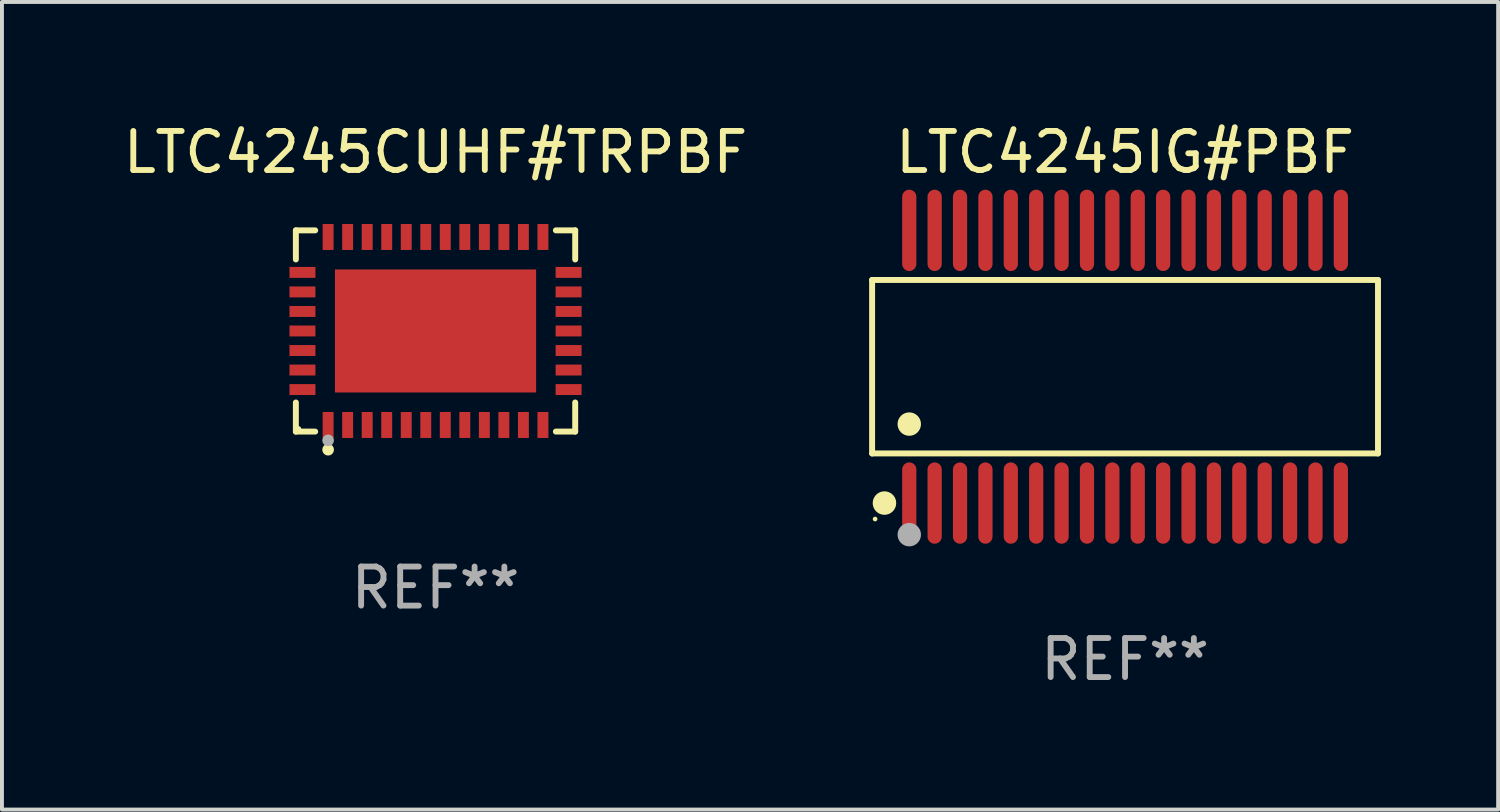
<source format=kicad_pcb>
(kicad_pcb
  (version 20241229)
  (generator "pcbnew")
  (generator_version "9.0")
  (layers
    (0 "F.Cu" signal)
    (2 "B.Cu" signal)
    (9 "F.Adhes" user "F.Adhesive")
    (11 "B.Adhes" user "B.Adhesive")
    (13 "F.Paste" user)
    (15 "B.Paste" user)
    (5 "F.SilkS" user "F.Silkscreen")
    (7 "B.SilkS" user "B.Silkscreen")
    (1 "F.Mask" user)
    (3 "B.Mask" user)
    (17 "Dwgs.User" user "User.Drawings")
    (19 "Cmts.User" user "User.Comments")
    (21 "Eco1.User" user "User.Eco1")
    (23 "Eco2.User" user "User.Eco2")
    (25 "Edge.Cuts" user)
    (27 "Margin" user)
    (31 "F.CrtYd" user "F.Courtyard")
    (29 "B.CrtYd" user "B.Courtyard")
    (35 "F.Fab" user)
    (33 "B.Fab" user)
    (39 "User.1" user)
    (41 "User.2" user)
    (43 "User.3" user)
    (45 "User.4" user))
  (footprint "LTC4245CUHF#TRPBF"
    (layer "F.Cu")
    (at 8.101 5.424)
    (property "Reference" "LTC4245CUHF#TRPBF" (at 0 -4.576 0) (layer "F.SilkS") (effects (font (size 1 1) (thickness 0.15))))
    (attr through_hole)
    (fp_line (start -3.576 -2.576) (end -3.081 -2.576) (stroke (width 0.152) (type solid)) (layer "F.SilkS"))
    (fp_line (start -3.576 -1.831) (end -3.576 -2.576) (stroke (width 0.152) (type solid)) (layer "F.SilkS"))
    (fp_line (start -3.576 1.831) (end -3.576 2.576) (stroke (width 0.152) (type solid)) (layer "F.SilkS"))
    (fp_line (start -3.576 2.576) (end -3.081 2.576) (stroke (width 0.152) (type solid)) (layer "F.SilkS"))
    (fp_line (start 3.576 -2.576) (end 3.081 -2.576) (stroke (width 0.152) (type solid)) (layer "F.SilkS"))
    (fp_line (start 3.576 -1.831) (end 3.576 -2.576) (stroke (width 0.152) (type solid)) (layer "F.SilkS"))
    (fp_line (start 3.576 1.831) (end 3.576 2.576) (stroke (width 0.152) (type solid)) (layer "F.SilkS"))
    (fp_line (start 3.576 2.576) (end 3.081 2.576) (stroke (width 0.152) (type solid)) (layer "F.SilkS"))
    (fp_circle (center -3.5 2.5) (end -3.47 2.5) (stroke (width 0.06) (type solid)) (fill no) (layer "F.SilkS"))
    (fp_circle (center -2.75 3.04) (end -2.675 3.04) (stroke (width 0.15) (type solid)) (fill no) (layer "F.SilkS"))
    (fp_circle (center -2.75 2.8) (end -2.675 2.8) (stroke (width 0.15) (type solid)) (fill no) (layer "F.Fab"))
    (fp_text user "REF**" (at 0 6.576 0) (layer "F.Fab") (effects (font (size 1 1) (thickness 0.15))))
    (pad "1" smd rect (at -2.75 2.407) (size 0.28 0.665) (layers "F.Cu" "F.Mask" "F.Paste"))
    (pad "2" smd rect (at -2.25 2.407) (size 0.28 0.665) (layers "F.Cu" "F.Mask" "F.Paste"))
    (pad "3" smd rect (at -1.75 2.407) (size 0.28 0.665) (layers "F.Cu" "F.Mask" "F.Paste"))
    (pad "4" smd rect (at -1.25 2.407) (size 0.28 0.665) (layers "F.Cu" "F.Mask" "F.Paste"))
    (pad "5" smd rect (at -0.75 2.407) (size 0.28 0.665) (layers "F.Cu" "F.Mask" "F.Paste"))
    (pad "6" smd rect (at -0.25 2.407) (size 0.28 0.665) (layers "F.Cu" "F.Mask" "F.Paste"))
    (pad "7" smd rect (at 0.25 2.407) (size 0.28 0.665) (layers "F.Cu" "F.Mask" "F.Paste"))
    (pad "8" smd rect (at 0.75 2.407) (size 0.28 0.665) (layers "F.Cu" "F.Mask" "F.Paste"))
    (pad "9" smd rect (at 1.25 2.407) (size 0.28 0.665) (layers "F.Cu" "F.Mask" "F.Paste"))
    (pad "10" smd rect (at 1.75 2.407) (size 0.28 0.665) (layers "F.Cu" "F.Mask" "F.Paste"))
    (pad "11" smd rect (at 2.25 2.407) (size 0.28 0.665) (layers "F.Cu" "F.Mask" "F.Paste"))
    (pad "12" smd rect (at 2.75 2.407) (size 0.28 0.665) (layers "F.Cu" "F.Mask" "F.Paste"))
    (pad "13" smd rect (at 3.407 1.5) (size 0.665 0.28) (layers "F.Cu" "F.Mask" "F.Paste"))
    (pad "14" smd rect (at 3.407 1) (size 0.665 0.28) (layers "F.Cu" "F.Mask" "F.Paste"))
    (pad "15" smd rect (at 3.407 0.5) (size 0.665 0.28) (layers "F.Cu" "F.Mask" "F.Paste"))
    (pad "16" smd rect (at 3.407 0) (size 0.665 0.28) (layers "F.Cu" "F.Mask" "F.Paste"))
    (pad "17" smd rect (at 3.407 -0.5) (size 0.665 0.28) (layers "F.Cu" "F.Mask" "F.Paste"))
    (pad "18" smd rect (at 3.407 -1) (size 0.665 0.28) (layers "F.Cu" "F.Mask" "F.Paste"))
    (pad "19" smd rect (at 3.407 -1.5) (size 0.665 0.28) (layers "F.Cu" "F.Mask" "F.Paste"))
    (pad "20" smd rect (at 2.75 -2.407) (size 0.28 0.665) (layers "F.Cu" "F.Mask" "F.Paste"))
    (pad "21" smd rect (at 2.25 -2.407) (size 0.28 0.665) (layers "F.Cu" "F.Mask" "F.Paste"))
    (pad "22" smd rect (at 1.75 -2.407) (size 0.28 0.665) (layers "F.Cu" "F.Mask" "F.Paste"))
    (pad "23" smd rect (at 1.25 -2.407) (size 0.28 0.665) (layers "F.Cu" "F.Mask" "F.Paste"))
    (pad "24" smd rect (at 0.75 -2.407) (size 0.28 0.665) (layers "F.Cu" "F.Mask" "F.Paste"))
    (pad "25" smd rect (at 0.25 -2.407) (size 0.28 0.665) (layers "F.Cu" "F.Mask" "F.Paste"))
    (pad "26" smd rect (at -0.25 -2.407) (size 0.28 0.665) (layers "F.Cu" "F.Mask" "F.Paste"))
    (pad "27" smd rect (at -0.75 -2.407) (size 0.28 0.665) (layers "F.Cu" "F.Mask" "F.Paste"))
    (pad "28" smd rect (at -1.25 -2.407) (size 0.28 0.665) (layers "F.Cu" "F.Mask" "F.Paste"))
    (pad "29" smd rect (at -1.75 -2.407) (size 0.28 0.665) (layers "F.Cu" "F.Mask" "F.Paste"))
    (pad "30" smd rect (at -2.25 -2.407) (size 0.28 0.665) (layers "F.Cu" "F.Mask" "F.Paste"))
    (pad "31" smd rect (at -2.75 -2.407) (size 0.28 0.665) (layers "F.Cu" "F.Mask" "F.Paste"))
    (pad "32" smd rect (at -3.407 -1.5) (size 0.665 0.28) (layers "F.Cu" "F.Mask" "F.Paste"))
    (pad "33" smd rect (at -3.407 -1) (size 0.665 0.28) (layers "F.Cu" "F.Mask" "F.Paste"))
    (pad "34" smd rect (at -3.407 -0.5) (size 0.665 0.28) (layers "F.Cu" "F.Mask" "F.Paste"))
    (pad "35" smd rect (at -3.407 0) (size 0.665 0.28) (layers "F.Cu" "F.Mask" "F.Paste"))
    (pad "36" smd rect (at -3.407 0.5) (size 0.665 0.28) (layers "F.Cu" "F.Mask" "F.Paste"))
    (pad "37" smd rect (at -3.407 1) (size 0.665 0.28) (layers "F.Cu" "F.Mask" "F.Paste"))
    (pad "38" smd rect (at -3.407 1.5) (size 0.665 0.28) (layers "F.Cu" "F.Mask" "F.Paste"))
    (pad "39" smd rect (at 0 0) (size 5.15 3.15) (layers "F.Cu" "F.Mask" "F.Paste")))
  (footprint "LTC4245IG#PBF"
    (layer "F.Cu")
    (at 25.755 6.339)
    (property "Reference" "LTC4245IG#PBF" (at 0 -5.491 0) (layer "F.SilkS") (effects (font (size 1 1) (thickness 0.15))))
    (attr through_hole)
    (fp_line (start -6.476 -2.221) (end 6.476 -2.221) (stroke (width 0.152) (type solid)) (layer "F.SilkS"))
    (fp_line (start -6.476 2.221) (end -6.476 -2.221) (stroke (width 0.152) (type solid)) (layer "F.SilkS"))
    (fp_line (start 6.476 -2.221) (end 6.476 2.221) (stroke (width 0.152) (type solid)) (layer "F.SilkS"))
    (fp_line (start 6.476 2.221) (end -6.476 2.221) (stroke (width 0.152) (type solid)) (layer "F.SilkS"))
    (fp_circle (center -6.4 3.9) (end -6.37 3.9) (stroke (width 0.06) (type solid)) (fill no) (layer "F.SilkS"))
    (fp_circle (center -6.16 3.491) (end -6.009 3.491) (stroke (width 0.3) (type solid)) (fill no) (layer "F.SilkS"))
    (fp_circle (center -5.525 1.469) (end -5.375 1.469) (stroke (width 0.3) (type solid)) (fill no) (layer "F.SilkS"))
    (fp_circle (center -5.525 4.3) (end -5.375 4.3) (stroke (width 0.3) (type solid)) (fill no) (layer "F.Fab"))
    (fp_text user "REF**" (at 0 7.491 0) (layer "F.Fab") (effects (font (size 1 1) (thickness 0.15))))
    (pad "1" smd oval (at -5.525 3.491) (size 0.364 2.082) (layers "F.Cu" "F.Mask" "F.Paste"))
    (pad "2" smd oval (at -4.875 3.491) (size 0.364 2.082) (layers "F.Cu" "F.Mask" "F.Paste"))
    (pad "3" smd oval (at -4.225 3.491) (size 0.364 2.082) (layers "F.Cu" "F.Mask" "F.Paste"))
    (pad "4" smd oval (at -3.575 3.491) (size 0.364 2.082) (layers "F.Cu" "F.Mask" "F.Paste"))
    (pad "5" smd oval (at -2.925 3.491) (size 0.364 2.082) (layers "F.Cu" "F.Mask" "F.Paste"))
    (pad "6" smd oval (at -2.275 3.491) (size 0.364 2.082) (layers "F.Cu" "F.Mask" "F.Paste"))
    (pad "7" smd oval (at -1.625 3.491) (size 0.364 2.082) (layers "F.Cu" "F.Mask" "F.Paste"))
    (pad "8" smd oval (at -0.975 3.491) (size 0.364 2.082) (layers "F.Cu" "F.Mask" "F.Paste"))
    (pad "9" smd oval (at -0.325 3.491) (size 0.364 2.082) (layers "F.Cu" "F.Mask" "F.Paste"))
    (pad "10" smd oval (at 0.325 3.491) (size 0.364 2.082) (layers "F.Cu" "F.Mask" "F.Paste"))
    (pad "11" smd oval (at 0.975 3.491) (size 0.364 2.082) (layers "F.Cu" "F.Mask" "F.Paste"))
    (pad "12" smd oval (at 1.625 3.491) (size 0.364 2.082) (layers "F.Cu" "F.Mask" "F.Paste"))
    (pad "13" smd oval (at 2.275 3.491) (size 0.364 2.082) (layers "F.Cu" "F.Mask" "F.Paste"))
    (pad "14" smd oval (at 2.925 3.491) (size 0.364 2.082) (layers "F.Cu" "F.Mask" "F.Paste"))
    (pad "15" smd oval (at 3.575 3.491) (size 0.364 2.082) (layers "F.Cu" "F.Mask" "F.Paste"))
    (pad "16" smd oval (at 4.225 3.491) (size 0.364 2.082) (layers "F.Cu" "F.Mask" "F.Paste"))
    (pad "17" smd oval (at 4.875 3.491) (size 0.364 2.082) (layers "F.Cu" "F.Mask" "F.Paste"))
    (pad "18" smd oval (at 5.525 3.491) (size 0.364 2.082) (layers "F.Cu" "F.Mask" "F.Paste"))
    (pad "19" smd oval (at 5.525 -3.491) (size 0.364 2.082) (layers "F.Cu" "F.Mask" "F.Paste"))
    (pad "20" smd oval (at 4.875 -3.491) (size 0.364 2.082) (layers "F.Cu" "F.Mask" "F.Paste"))
    (pad "21" smd oval (at 4.225 -3.491) (size 0.364 2.082) (layers "F.Cu" "F.Mask" "F.Paste"))
    (pad "22" smd oval (at 3.575 -3.491) (size 0.364 2.082) (layers "F.Cu" "F.Mask" "F.Paste"))
    (pad "23" smd oval (at 2.925 -3.491) (size 0.364 2.082) (layers "F.Cu" "F.Mask" "F.Paste"))
    (pad "24" smd oval (at 2.275 -3.491) (size 0.364 2.082) (layers "F.Cu" "F.Mask" "F.Paste"))
    (pad "25" smd oval (at 1.625 -3.491) (size 0.364 2.082) (layers "F.Cu" "F.Mask" "F.Paste"))
    (pad "26" smd oval (at 0.975 -3.491) (size 0.364 2.082) (layers "F.Cu" "F.Mask" "F.Paste"))
    (pad "27" smd oval (at 0.325 -3.491) (size 0.364 2.082) (layers "F.Cu" "F.Mask" "F.Paste"))
    (pad "28" smd oval (at -0.325 -3.491) (size 0.364 2.082) (layers "F.Cu" "F.Mask" "F.Paste"))
    (pad "29" smd oval (at -0.975 -3.491) (size 0.364 2.082) (layers "F.Cu" "F.Mask" "F.Paste"))
    (pad "30" smd oval (at -1.625 -3.491) (size 0.364 2.082) (layers "F.Cu" "F.Mask" "F.Paste"))
    (pad "31" smd oval (at -2.275 -3.491) (size 0.364 2.082) (layers "F.Cu" "F.Mask" "F.Paste"))
    (pad "32" smd oval (at -2.925 -3.491) (size 0.364 2.082) (layers "F.Cu" "F.Mask" "F.Paste"))
    (pad "33" smd oval (at -3.575 -3.491) (size 0.364 2.082) (layers "F.Cu" "F.Mask" "F.Paste"))
    (pad "34" smd oval (at -4.225 -3.491) (size 0.364 2.082) (layers "F.Cu" "F.Mask" "F.Paste"))
    (pad "35" smd oval (at -4.875 -3.491) (size 0.364 2.082) (layers "F.Cu" "F.Mask" "F.Paste"))
    (pad "36" smd oval (at -5.525 -3.491) (size 0.364 2.082) (layers "F.Cu" "F.Mask" "F.Paste")))
  (gr_rect
    (start -3 -3)
    (end 35.307 17.678)
    (stroke (width 0.1) (type default))
    (fill no)
    (layer "Edge.Cuts")))
</source>
